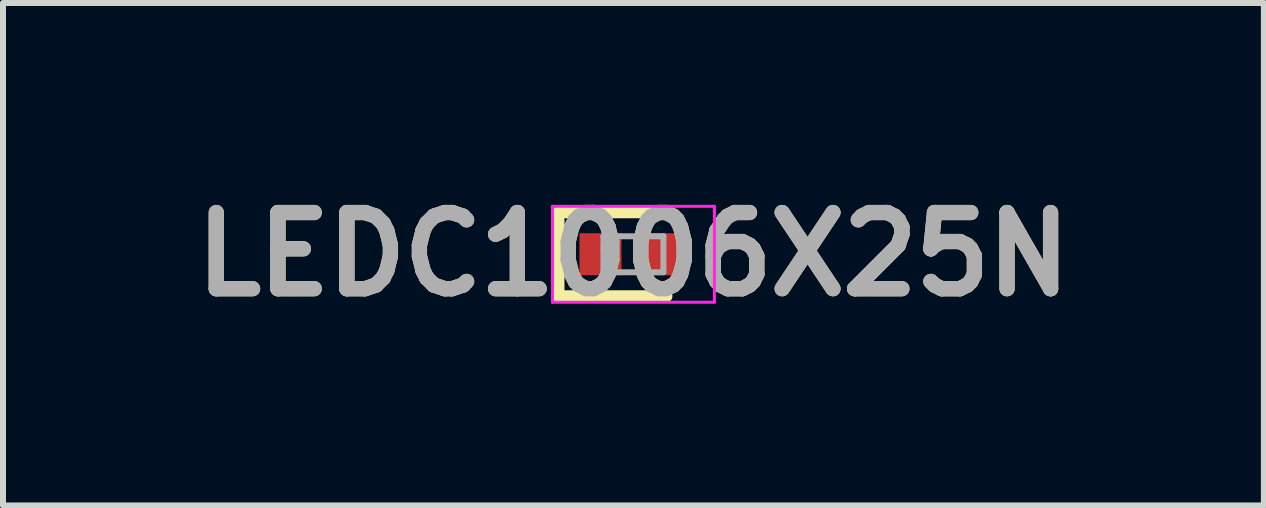
<source format=kicad_pcb>
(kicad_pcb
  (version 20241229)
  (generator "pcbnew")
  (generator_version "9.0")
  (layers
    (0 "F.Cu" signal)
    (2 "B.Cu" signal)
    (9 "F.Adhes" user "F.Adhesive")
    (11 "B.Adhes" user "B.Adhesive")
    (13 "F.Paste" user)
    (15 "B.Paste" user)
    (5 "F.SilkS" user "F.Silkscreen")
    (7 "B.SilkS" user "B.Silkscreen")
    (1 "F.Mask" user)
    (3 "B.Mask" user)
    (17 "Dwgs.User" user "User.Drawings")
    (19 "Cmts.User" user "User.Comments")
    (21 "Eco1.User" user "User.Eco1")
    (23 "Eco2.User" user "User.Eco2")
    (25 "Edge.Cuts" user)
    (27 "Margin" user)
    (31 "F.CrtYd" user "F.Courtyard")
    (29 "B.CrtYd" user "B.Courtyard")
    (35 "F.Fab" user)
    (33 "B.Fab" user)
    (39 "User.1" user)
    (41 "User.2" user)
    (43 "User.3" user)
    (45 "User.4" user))
  (footprint "LEDC1006X25N"
    (layer "F.Cu")
    (at 7.511 1.189)
    (property "Reference" "LEDC1006X25N" (at 0 0 0) (layer "F.SilkS") (effects (font (size 1.27 1.27) (thickness 0.254))))
    (attr smd)
    (fp_line (start -1.25 -0.7) (end -1.25 0.7) (stroke (width 0.2) (type solid)) (layer "F.SilkS"))
    (fp_line (start -1.25 0.7) (end 0.55 0.7) (stroke (width 0.2) (type solid)) (layer "F.SilkS"))
    (fp_line (start 0.55 -0.7) (end -1.25 -0.7) (stroke (width 0.2) (type solid)) (layer "F.SilkS"))
    (fp_line (start -1.35 -0.8) (end 1.35 -0.8) (stroke (width 0.05) (type solid)) (layer "F.CrtYd"))
    (fp_line (start -1.35 0.8) (end -1.35 -0.8) (stroke (width 0.05) (type solid)) (layer "F.CrtYd"))
    (fp_line (start 1.35 -0.8) (end 1.35 0.8) (stroke (width 0.05) (type solid)) (layer "F.CrtYd"))
    (fp_line (start 1.35 0.8) (end -1.35 0.8) (stroke (width 0.05) (type solid)) (layer "F.CrtYd"))
    (fp_line (start -0.5 -0.3) (end 0.5 -0.3) (stroke (width 0.1) (type solid)) (layer "F.Fab"))
    (fp_line (start -0.5 -0.1) (end -0.3 -0.3) (stroke (width 0.1) (type solid)) (layer "F.Fab"))
    (fp_line (start -0.5 0.3) (end -0.5 -0.3) (stroke (width 0.1) (type solid)) (layer "F.Fab"))
    (fp_line (start 0.5 -0.3) (end 0.5 0.3) (stroke (width 0.1) (type solid)) (layer "F.Fab"))
    (fp_line (start 0.5 0.3) (end -0.5 0.3) (stroke (width 0.1) (type solid)) (layer "F.Fab"))
    (fp_text user "${REFERENCE}" (at 0 0 0) (layer "F.Fab") (effects (font (size 1.27 1.27) (thickness 0.254))))
    (pad "1" smd rect (at -0.55 0 90) (size 0.7 0.7) (layers "F.Cu" "F.Mask" "F.Paste"))
    (pad "2" smd rect (at 0.55 0 90) (size 0.7 0.7) (layers "F.Cu" "F.Mask" "F.Paste")))
  (gr_rect
    (start -3 -3)
    (end 18.022 5.377)
    (stroke (width 0.1) (type default))
    (fill no)
    (layer "Edge.Cuts")))
</source>
